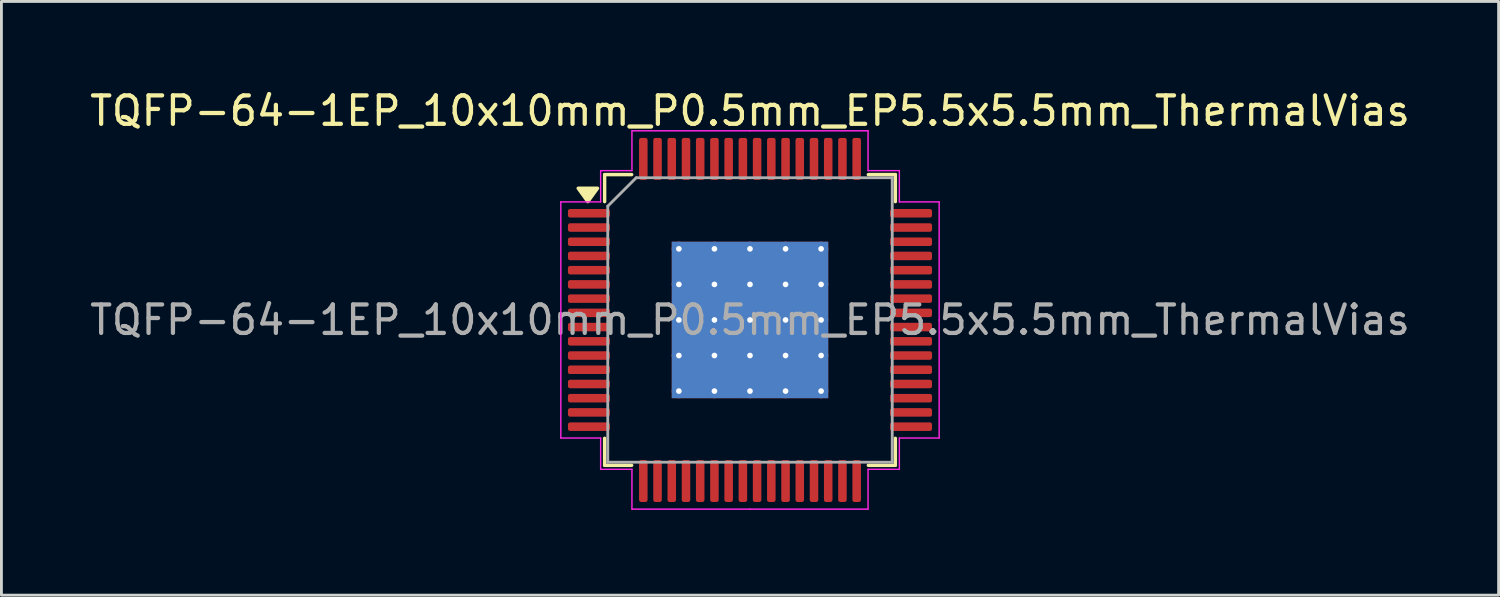
<source format=kicad_pcb>
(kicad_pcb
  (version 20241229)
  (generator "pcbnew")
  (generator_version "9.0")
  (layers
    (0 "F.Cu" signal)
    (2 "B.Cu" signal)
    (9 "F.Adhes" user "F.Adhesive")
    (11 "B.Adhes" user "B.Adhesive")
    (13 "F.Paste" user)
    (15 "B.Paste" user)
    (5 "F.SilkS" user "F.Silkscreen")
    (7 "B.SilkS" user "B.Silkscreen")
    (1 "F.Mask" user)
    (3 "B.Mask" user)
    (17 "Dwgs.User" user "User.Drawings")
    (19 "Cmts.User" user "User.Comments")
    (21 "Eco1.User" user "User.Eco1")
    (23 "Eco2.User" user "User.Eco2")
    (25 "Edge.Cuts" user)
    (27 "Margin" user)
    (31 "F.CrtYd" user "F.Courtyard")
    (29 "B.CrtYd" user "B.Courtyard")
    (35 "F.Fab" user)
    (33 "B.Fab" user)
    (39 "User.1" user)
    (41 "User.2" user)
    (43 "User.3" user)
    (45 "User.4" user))
  (footprint "TQFP-64-1EP_10x10mm_P0.5mm_EP5.5x5.5mm_ThermalVias"
    (layer "F.Cu")
    (at 23.315 8.198)
    (property "Reference" "TQFP-64-1EP_10x10mm_P0.5mm_EP5.5x5.5mm_ThermalVias" (at 0 -7.35 0) (layer "F.SilkS") (effects (font (size 1 1) (thickness 0.15))))
    (attr smd)
    (fp_line (start -5.11 -5.11) (end -5.11 -4.16) (stroke (width 0.12) (type solid)) (layer "F.SilkS"))
    (fp_line (start -5.11 5.11) (end -5.11 4.16) (stroke (width 0.12) (type solid)) (layer "F.SilkS"))
    (fp_line (start -4.16 -5.11) (end -5.11 -5.11) (stroke (width 0.12) (type solid)) (layer "F.SilkS"))
    (fp_line (start -4.16 5.11) (end -5.11 5.11) (stroke (width 0.12) (type solid)) (layer "F.SilkS"))
    (fp_line (start 4.16 -5.11) (end 5.11 -5.11) (stroke (width 0.12) (type solid)) (layer "F.SilkS"))
    (fp_line (start 4.16 5.11) (end 5.11 5.11) (stroke (width 0.12) (type solid)) (layer "F.SilkS"))
    (fp_line (start 5.11 -5.11) (end 5.11 -4.16) (stroke (width 0.12) (type solid)) (layer "F.SilkS"))
    (fp_line (start 5.11 5.11) (end 5.11 4.16) (stroke (width 0.12) (type solid)) (layer "F.SilkS"))
    (fp_poly (pts (xy -5.7 -4.16) (xy -6.04 -4.63) (xy -5.36 -4.63) (xy -5.7 -4.16)) (stroke (width 0.12) (type solid)) (fill yes) (layer "F.SilkS"))
    (fp_line (start -6.65 -4.15) (end -6.65 0) (stroke (width 0.05) (type solid)) (layer "F.CrtYd"))
    (fp_line (start -6.65 4.15) (end -6.65 0) (stroke (width 0.05) (type solid)) (layer "F.CrtYd"))
    (fp_line (start -5.25 -5.25) (end -5.25 -4.15) (stroke (width 0.05) (type solid)) (layer "F.CrtYd"))
    (fp_line (start -5.25 -4.15) (end -6.65 -4.15) (stroke (width 0.05) (type solid)) (layer "F.CrtYd"))
    (fp_line (start -5.25 4.15) (end -6.65 4.15) (stroke (width 0.05) (type solid)) (layer "F.CrtYd"))
    (fp_line (start -5.25 5.25) (end -5.25 4.15) (stroke (width 0.05) (type solid)) (layer "F.CrtYd"))
    (fp_line (start -4.15 -6.65) (end -4.15 -5.25) (stroke (width 0.05) (type solid)) (layer "F.CrtYd"))
    (fp_line (start -4.15 -5.25) (end -5.25 -5.25) (stroke (width 0.05) (type solid)) (layer "F.CrtYd"))
    (fp_line (start -4.15 5.25) (end -5.25 5.25) (stroke (width 0.05) (type solid)) (layer "F.CrtYd"))
    (fp_line (start -4.15 6.65) (end -4.15 5.25) (stroke (width 0.05) (type solid)) (layer "F.CrtYd"))
    (fp_line (start 0 -6.65) (end -4.15 -6.65) (stroke (width 0.05) (type solid)) (layer "F.CrtYd"))
    (fp_line (start 0 -6.65) (end 4.15 -6.65) (stroke (width 0.05) (type solid)) (layer "F.CrtYd"))
    (fp_line (start 0 6.65) (end -4.15 6.65) (stroke (width 0.05) (type solid)) (layer "F.CrtYd"))
    (fp_line (start 0 6.65) (end 4.15 6.65) (stroke (width 0.05) (type solid)) (layer "F.CrtYd"))
    (fp_line (start 4.15 -6.65) (end 4.15 -5.25) (stroke (width 0.05) (type solid)) (layer "F.CrtYd"))
    (fp_line (start 4.15 -5.25) (end 5.25 -5.25) (stroke (width 0.05) (type solid)) (layer "F.CrtYd"))
    (fp_line (start 4.15 5.25) (end 5.25 5.25) (stroke (width 0.05) (type solid)) (layer "F.CrtYd"))
    (fp_line (start 4.15 6.65) (end 4.15 5.25) (stroke (width 0.05) (type solid)) (layer "F.CrtYd"))
    (fp_line (start 5.25 -5.25) (end 5.25 -4.15) (stroke (width 0.05) (type solid)) (layer "F.CrtYd"))
    (fp_line (start 5.25 -4.15) (end 6.65 -4.15) (stroke (width 0.05) (type solid)) (layer "F.CrtYd"))
    (fp_line (start 5.25 4.15) (end 6.65 4.15) (stroke (width 0.05) (type solid)) (layer "F.CrtYd"))
    (fp_line (start 5.25 5.25) (end 5.25 4.15) (stroke (width 0.05) (type solid)) (layer "F.CrtYd"))
    (fp_line (start 6.65 -4.15) (end 6.65 0) (stroke (width 0.05) (type solid)) (layer "F.CrtYd"))
    (fp_line (start 6.65 4.15) (end 6.65 0) (stroke (width 0.05) (type solid)) (layer "F.CrtYd"))
    (fp_line (start -5 -4) (end -4 -5) (stroke (width 0.1) (type solid)) (layer "F.Fab"))
    (fp_line (start -5 5) (end -5 -4) (stroke (width 0.1) (type solid)) (layer "F.Fab"))
    (fp_line (start -4 -5) (end 5 -5) (stroke (width 0.1) (type solid)) (layer "F.Fab"))
    (fp_line (start 5 -5) (end 5 5) (stroke (width 0.1) (type solid)) (layer "F.Fab"))
    (fp_line (start 5 5) (end -5 5) (stroke (width 0.1) (type solid)) (layer "F.Fab"))
    (fp_text user "${REFERENCE}" (at 0 0 0) (layer "F.Fab") (effects (font (size 1 1) (thickness 0.15))))
    (pad "" smd roundrect (at -1.875 -1.875) (size 1.109 1.109) (layers "F.Paste") (roundrect_rratio 0.226))
    (pad "" smd roundrect (at -1.875 -0.625) (size 1.109 1.109) (layers "F.Paste") (roundrect_rratio 0.226))
    (pad "" smd roundrect (at -1.875 0.625) (size 1.109 1.109) (layers "F.Paste") (roundrect_rratio 0.226))
    (pad "" smd roundrect (at -1.875 1.875) (size 1.109 1.109) (layers "F.Paste") (roundrect_rratio 0.226))
    (pad "" smd roundrect (at -0.625 -1.875) (size 1.109 1.109) (layers "F.Paste") (roundrect_rratio 0.226))
    (pad "" smd roundrect (at -0.625 -0.625) (size 1.109 1.109) (layers "F.Paste") (roundrect_rratio 0.226))
    (pad "" smd roundrect (at -0.625 0.625) (size 1.109 1.109) (layers "F.Paste") (roundrect_rratio 0.226))
    (pad "" smd roundrect (at -0.625 1.875) (size 1.109 1.109) (layers "F.Paste") (roundrect_rratio 0.226))
    (pad "" smd roundrect (at 0.625 -1.875) (size 1.109 1.109) (layers "F.Paste") (roundrect_rratio 0.226))
    (pad "" smd roundrect (at 0.625 -0.625) (size 1.109 1.109) (layers "F.Paste") (roundrect_rratio 0.226))
    (pad "" smd roundrect (at 0.625 0.625) (size 1.109 1.109) (layers "F.Paste") (roundrect_rratio 0.226))
    (pad "" smd roundrect (at 0.625 1.875) (size 1.109 1.109) (layers "F.Paste") (roundrect_rratio 0.226))
    (pad "" smd roundrect (at 1.875 -1.875) (size 1.109 1.109) (layers "F.Paste") (roundrect_rratio 0.226))
    (pad "" smd roundrect (at 1.875 -0.625) (size 1.109 1.109) (layers "F.Paste") (roundrect_rratio 0.226))
    (pad "" smd roundrect (at 1.875 0.625) (size 1.109 1.109) (layers "F.Paste") (roundrect_rratio 0.226))
    (pad "" smd roundrect (at 1.875 1.875) (size 1.109 1.109) (layers "F.Paste") (roundrect_rratio 0.226))
    (pad "1" smd roundrect (at -5.662 -3.75) (size 1.475 0.3) (layers "F.Cu" "F.Mask" "F.Paste") (roundrect_rratio 0.25))
    (pad "2" smd roundrect (at -5.662 -3.25) (size 1.475 0.3) (layers "F.Cu" "F.Mask" "F.Paste") (roundrect_rratio 0.25))
    (pad "3" smd roundrect (at -5.662 -2.75) (size 1.475 0.3) (layers "F.Cu" "F.Mask" "F.Paste") (roundrect_rratio 0.25))
    (pad "4" smd roundrect (at -5.662 -2.25) (size 1.475 0.3) (layers "F.Cu" "F.Mask" "F.Paste") (roundrect_rratio 0.25))
    (pad "5" smd roundrect (at -5.662 -1.75) (size 1.475 0.3) (layers "F.Cu" "F.Mask" "F.Paste") (roundrect_rratio 0.25))
    (pad "6" smd roundrect (at -5.662 -1.25) (size 1.475 0.3) (layers "F.Cu" "F.Mask" "F.Paste") (roundrect_rratio 0.25))
    (pad "7" smd roundrect (at -5.662 -0.75) (size 1.475 0.3) (layers "F.Cu" "F.Mask" "F.Paste") (roundrect_rratio 0.25))
    (pad "8" smd roundrect (at -5.662 -0.25) (size 1.475 0.3) (layers "F.Cu" "F.Mask" "F.Paste") (roundrect_rratio 0.25))
    (pad "9" smd roundrect (at -5.662 0.25) (size 1.475 0.3) (layers "F.Cu" "F.Mask" "F.Paste") (roundrect_rratio 0.25))
    (pad "10" smd roundrect (at -5.662 0.75) (size 1.475 0.3) (layers "F.Cu" "F.Mask" "F.Paste") (roundrect_rratio 0.25))
    (pad "11" smd roundrect (at -5.662 1.25) (size 1.475 0.3) (layers "F.Cu" "F.Mask" "F.Paste") (roundrect_rratio 0.25))
    (pad "12" smd roundrect (at -5.662 1.75) (size 1.475 0.3) (layers "F.Cu" "F.Mask" "F.Paste") (roundrect_rratio 0.25))
    (pad "13" smd roundrect (at -5.662 2.25) (size 1.475 0.3) (layers "F.Cu" "F.Mask" "F.Paste") (roundrect_rratio 0.25))
    (pad "14" smd roundrect (at -5.662 2.75) (size 1.475 0.3) (layers "F.Cu" "F.Mask" "F.Paste") (roundrect_rratio 0.25))
    (pad "15" smd roundrect (at -5.662 3.25) (size 1.475 0.3) (layers "F.Cu" "F.Mask" "F.Paste") (roundrect_rratio 0.25))
    (pad "16" smd roundrect (at -5.662 3.75) (size 1.475 0.3) (layers "F.Cu" "F.Mask" "F.Paste") (roundrect_rratio 0.25))
    (pad "17" smd roundrect (at -3.75 5.662) (size 0.3 1.475) (layers "F.Cu" "F.Mask" "F.Paste") (roundrect_rratio 0.25))
    (pad "18" smd roundrect (at -3.25 5.662) (size 0.3 1.475) (layers "F.Cu" "F.Mask" "F.Paste") (roundrect_rratio 0.25))
    (pad "19" smd roundrect (at -2.75 5.662) (size 0.3 1.475) (layers "F.Cu" "F.Mask" "F.Paste") (roundrect_rratio 0.25))
    (pad "20" smd roundrect (at -2.25 5.662) (size 0.3 1.475) (layers "F.Cu" "F.Mask" "F.Paste") (roundrect_rratio 0.25))
    (pad "21" smd roundrect (at -1.75 5.662) (size 0.3 1.475) (layers "F.Cu" "F.Mask" "F.Paste") (roundrect_rratio 0.25))
    (pad "22" smd roundrect (at -1.25 5.662) (size 0.3 1.475) (layers "F.Cu" "F.Mask" "F.Paste") (roundrect_rratio 0.25))
    (pad "23" smd roundrect (at -0.75 5.662) (size 0.3 1.475) (layers "F.Cu" "F.Mask" "F.Paste") (roundrect_rratio 0.25))
    (pad "24" smd roundrect (at -0.25 5.662) (size 0.3 1.475) (layers "F.Cu" "F.Mask" "F.Paste") (roundrect_rratio 0.25))
    (pad "25" smd roundrect (at 0.25 5.662) (size 0.3 1.475) (layers "F.Cu" "F.Mask" "F.Paste") (roundrect_rratio 0.25))
    (pad "26" smd roundrect (at 0.75 5.662) (size 0.3 1.475) (layers "F.Cu" "F.Mask" "F.Paste") (roundrect_rratio 0.25))
    (pad "27" smd roundrect (at 1.25 5.662) (size 0.3 1.475) (layers "F.Cu" "F.Mask" "F.Paste") (roundrect_rratio 0.25))
    (pad "28" smd roundrect (at 1.75 5.662) (size 0.3 1.475) (layers "F.Cu" "F.Mask" "F.Paste") (roundrect_rratio 0.25))
    (pad "29" smd roundrect (at 2.25 5.662) (size 0.3 1.475) (layers "F.Cu" "F.Mask" "F.Paste") (roundrect_rratio 0.25))
    (pad "30" smd roundrect (at 2.75 5.662) (size 0.3 1.475) (layers "F.Cu" "F.Mask" "F.Paste") (roundrect_rratio 0.25))
    (pad "31" smd roundrect (at 3.25 5.662) (size 0.3 1.475) (layers "F.Cu" "F.Mask" "F.Paste") (roundrect_rratio 0.25))
    (pad "32" smd roundrect (at 3.75 5.662) (size 0.3 1.475) (layers "F.Cu" "F.Mask" "F.Paste") (roundrect_rratio 0.25))
    (pad "33" smd roundrect (at 5.662 3.75) (size 1.475 0.3) (layers "F.Cu" "F.Mask" "F.Paste") (roundrect_rratio 0.25))
    (pad "34" smd roundrect (at 5.662 3.25) (size 1.475 0.3) (layers "F.Cu" "F.Mask" "F.Paste") (roundrect_rratio 0.25))
    (pad "35" smd roundrect (at 5.662 2.75) (size 1.475 0.3) (layers "F.Cu" "F.Mask" "F.Paste") (roundrect_rratio 0.25))
    (pad "36" smd roundrect (at 5.662 2.25) (size 1.475 0.3) (layers "F.Cu" "F.Mask" "F.Paste") (roundrect_rratio 0.25))
    (pad "37" smd roundrect (at 5.662 1.75) (size 1.475 0.3) (layers "F.Cu" "F.Mask" "F.Paste") (roundrect_rratio 0.25))
    (pad "38" smd roundrect (at 5.662 1.25) (size 1.475 0.3) (layers "F.Cu" "F.Mask" "F.Paste") (roundrect_rratio 0.25))
    (pad "39" smd roundrect (at 5.662 0.75) (size 1.475 0.3) (layers "F.Cu" "F.Mask" "F.Paste") (roundrect_rratio 0.25))
    (pad "40" smd roundrect (at 5.662 0.25) (size 1.475 0.3) (layers "F.Cu" "F.Mask" "F.Paste") (roundrect_rratio 0.25))
    (pad "41" smd roundrect (at 5.662 -0.25) (size 1.475 0.3) (layers "F.Cu" "F.Mask" "F.Paste") (roundrect_rratio 0.25))
    (pad "42" smd roundrect (at 5.662 -0.75) (size 1.475 0.3) (layers "F.Cu" "F.Mask" "F.Paste") (roundrect_rratio 0.25))
    (pad "43" smd roundrect (at 5.662 -1.25) (size 1.475 0.3) (layers "F.Cu" "F.Mask" "F.Paste") (roundrect_rratio 0.25))
    (pad "44" smd roundrect (at 5.662 -1.75) (size 1.475 0.3) (layers "F.Cu" "F.Mask" "F.Paste") (roundrect_rratio 0.25))
    (pad "45" smd roundrect (at 5.662 -2.25) (size 1.475 0.3) (layers "F.Cu" "F.Mask" "F.Paste") (roundrect_rratio 0.25))
    (pad "46" smd roundrect (at 5.662 -2.75) (size 1.475 0.3) (layers "F.Cu" "F.Mask" "F.Paste") (roundrect_rratio 0.25))
    (pad "47" smd roundrect (at 5.662 -3.25) (size 1.475 0.3) (layers "F.Cu" "F.Mask" "F.Paste") (roundrect_rratio 0.25))
    (pad "48" smd roundrect (at 5.662 -3.75) (size 1.475 0.3) (layers "F.Cu" "F.Mask" "F.Paste") (roundrect_rratio 0.25))
    (pad "49" smd roundrect (at 3.75 -5.662) (size 0.3 1.475) (layers "F.Cu" "F.Mask" "F.Paste") (roundrect_rratio 0.25))
    (pad "50" smd roundrect (at 3.25 -5.662) (size 0.3 1.475) (layers "F.Cu" "F.Mask" "F.Paste") (roundrect_rratio 0.25))
    (pad "51" smd roundrect (at 2.75 -5.662) (size 0.3 1.475) (layers "F.Cu" "F.Mask" "F.Paste") (roundrect_rratio 0.25))
    (pad "52" smd roundrect (at 2.25 -5.662) (size 0.3 1.475) (layers "F.Cu" "F.Mask" "F.Paste") (roundrect_rratio 0.25))
    (pad "53" smd roundrect (at 1.75 -5.662) (size 0.3 1.475) (layers "F.Cu" "F.Mask" "F.Paste") (roundrect_rratio 0.25))
    (pad "54" smd roundrect (at 1.25 -5.662) (size 0.3 1.475) (layers "F.Cu" "F.Mask" "F.Paste") (roundrect_rratio 0.25))
    (pad "55" smd roundrect (at 0.75 -5.662) (size 0.3 1.475) (layers "F.Cu" "F.Mask" "F.Paste") (roundrect_rratio 0.25))
    (pad "56" smd roundrect (at 0.25 -5.662) (size 0.3 1.475) (layers "F.Cu" "F.Mask" "F.Paste") (roundrect_rratio 0.25))
    (pad "57" smd roundrect (at -0.25 -5.662) (size 0.3 1.475) (layers "F.Cu" "F.Mask" "F.Paste") (roundrect_rratio 0.25))
    (pad "58" smd roundrect (at -0.75 -5.662) (size 0.3 1.475) (layers "F.Cu" "F.Mask" "F.Paste") (roundrect_rratio 0.25))
    (pad "59" smd roundrect (at -1.25 -5.662) (size 0.3 1.475) (layers "F.Cu" "F.Mask" "F.Paste") (roundrect_rratio 0.25))
    (pad "60" smd roundrect (at -1.75 -5.662) (size 0.3 1.475) (layers "F.Cu" "F.Mask" "F.Paste") (roundrect_rratio 0.25))
    (pad "61" smd roundrect (at -2.25 -5.662) (size 0.3 1.475) (layers "F.Cu" "F.Mask" "F.Paste") (roundrect_rratio 0.25))
    (pad "62" smd roundrect (at -2.75 -5.662) (size 0.3 1.475) (layers "F.Cu" "F.Mask" "F.Paste") (roundrect_rratio 0.25))
    (pad "63" smd roundrect (at -3.25 -5.662) (size 0.3 1.475) (layers "F.Cu" "F.Mask" "F.Paste") (roundrect_rratio 0.25))
    (pad "64" smd roundrect (at -3.75 -5.662) (size 0.3 1.475) (layers "F.Cu" "F.Mask" "F.Paste") (roundrect_rratio 0.25))
    (pad "65" thru_hole circle (at -2.5 -2.5) (size 0.5 0.5) (drill 0.2) (property pad_prop_heatsink) (layers "*.Cu"))
    (pad "65" thru_hole circle (at -2.5 -1.25) (size 0.5 0.5) (drill 0.2) (property pad_prop_heatsink) (layers "*.Cu"))
    (pad "65" thru_hole circle (at -2.5 0) (size 0.5 0.5) (drill 0.2) (property pad_prop_heatsink) (layers "*.Cu"))
    (pad "65" thru_hole circle (at -2.5 1.25) (size 0.5 0.5) (drill 0.2) (property pad_prop_heatsink) (layers "*.Cu"))
    (pad "65" thru_hole circle (at -2.5 2.5) (size 0.5 0.5) (drill 0.2) (property pad_prop_heatsink) (layers "*.Cu"))
    (pad "65" thru_hole circle (at -1.25 -2.5) (size 0.5 0.5) (drill 0.2) (property pad_prop_heatsink) (layers "*.Cu"))
    (pad "65" thru_hole circle (at -1.25 -1.25) (size 0.5 0.5) (drill 0.2) (property pad_prop_heatsink) (layers "*.Cu"))
    (pad "65" thru_hole circle (at -1.25 0) (size 0.5 0.5) (drill 0.2) (property pad_prop_heatsink) (layers "*.Cu"))
    (pad "65" thru_hole circle (at -1.25 1.25) (size 0.5 0.5) (drill 0.2) (property pad_prop_heatsink) (layers "*.Cu"))
    (pad "65" thru_hole circle (at -1.25 2.5) (size 0.5 0.5) (drill 0.2) (property pad_prop_heatsink) (layers "*.Cu"))
    (pad "65" thru_hole circle (at 0 -2.5) (size 0.5 0.5) (drill 0.2) (property pad_prop_heatsink) (layers "*.Cu"))
    (pad "65" thru_hole circle (at 0 -1.25) (size 0.5 0.5) (drill 0.2) (property pad_prop_heatsink) (layers "*.Cu"))
    (pad "65" thru_hole circle (at 0 0) (size 0.5 0.5) (drill 0.2) (property pad_prop_heatsink) (layers "*.Cu"))
    (pad "65" smd rect (at 0 0) (size 5.5 5.5) (property pad_prop_heatsink) (layers "F.Cu" "F.Mask"))
    (pad "65" smd rect (at 0 0) (size 5.5 5.5) (property pad_prop_heatsink) (layers "B.Cu"))
    (pad "65" thru_hole circle (at 0 1.25) (size 0.5 0.5) (drill 0.2) (property pad_prop_heatsink) (layers "*.Cu"))
    (pad "65" thru_hole circle (at 0 2.5) (size 0.5 0.5) (drill 0.2) (property pad_prop_heatsink) (layers "*.Cu"))
    (pad "65" thru_hole circle (at 1.25 -2.5) (size 0.5 0.5) (drill 0.2) (property pad_prop_heatsink) (layers "*.Cu"))
    (pad "65" thru_hole circle (at 1.25 -1.25) (size 0.5 0.5) (drill 0.2) (property pad_prop_heatsink) (layers "*.Cu"))
    (pad "65" thru_hole circle (at 1.25 0) (size 0.5 0.5) (drill 0.2) (property pad_prop_heatsink) (layers "*.Cu"))
    (pad "65" thru_hole circle (at 1.25 1.25) (size 0.5 0.5) (drill 0.2) (property pad_prop_heatsink) (layers "*.Cu"))
    (pad "65" thru_hole circle (at 1.25 2.5) (size 0.5 0.5) (drill 0.2) (property pad_prop_heatsink) (layers "*.Cu"))
    (pad "65" thru_hole circle (at 2.5 -2.5) (size 0.5 0.5) (drill 0.2) (property pad_prop_heatsink) (layers "*.Cu"))
    (pad "65" thru_hole circle (at 2.5 -1.25) (size 0.5 0.5) (drill 0.2) (property pad_prop_heatsink) (layers "*.Cu"))
    (pad "65" thru_hole circle (at 2.5 0) (size 0.5 0.5) (drill 0.2) (property pad_prop_heatsink) (layers "*.Cu"))
    (pad "65" thru_hole circle (at 2.5 1.25) (size 0.5 0.5) (drill 0.2) (property pad_prop_heatsink) (layers "*.Cu"))
    (pad "65" thru_hole circle (at 2.5 2.5) (size 0.5 0.5) (drill 0.2) (property pad_prop_heatsink) (layers "*.Cu")))
  (gr_rect
    (start -3 -3)
    (end 49.631 17.873)
    (stroke (width 0.1) (type default))
    (fill no)
    (layer "Edge.Cuts")))
</source>
